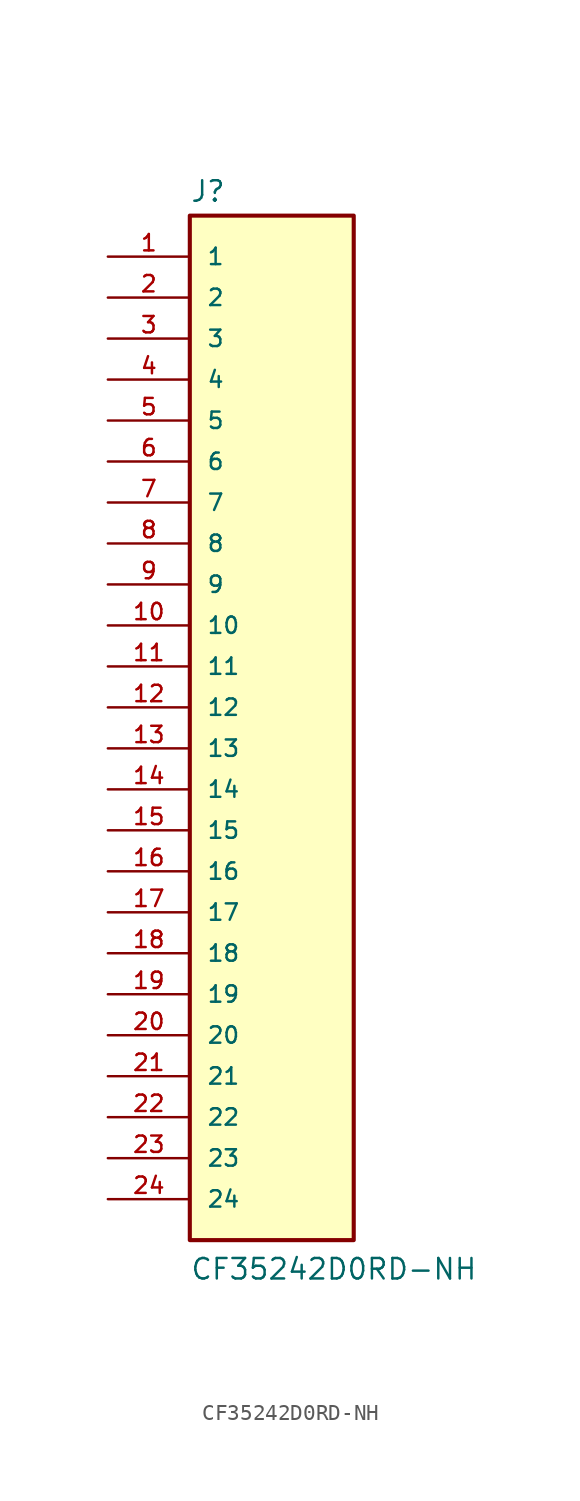
<source format=kicad_sym>
(kicad_symbol_lib
  (version 20211014)
  (generator kicad_symbol_editor)
  (symbol "CF35242D0RD-NH"
    (pin_names
      (offset 1.016))
    (property "Reference" "J"
      (at -5.08 31.242 0)
      (effects (font (size 1.27 1.27)) (justify bottom left)))
    (property "Value" "CF35242D0RD-NH"
      (at -5.08 -35.56 0)
      (effects (font (size 1.27 1.27)) (justify bottom left)))
    (symbol "CF35242D0RD-NH_0_0"
      (rectangle (start -5.08 -33.02) (end 5.08 30.48) (stroke (width 0.254)) (fill (type background)))
      (pin passive line (at -10.16 27.94 0) (length 5.08) (name "1" (effects (font (size 1.016 1.016)))) (number "1" (effects (font (size 1.016 1.016)))))
      (pin passive line (at -10.16 25.4 0) (length 5.08) (name "2" (effects (font (size 1.016 1.016)))) (number "2" (effects (font (size 1.016 1.016)))))
      (pin passive line (at -10.16 22.86 0) (length 5.08) (name "3" (effects (font (size 1.016 1.016)))) (number "3" (effects (font (size 1.016 1.016)))))
      (pin passive line (at -10.16 20.32 0) (length 5.08) (name "4" (effects (font (size 1.016 1.016)))) (number "4" (effects (font (size 1.016 1.016)))))
      (pin passive line (at -10.16 17.78 0) (length 5.08) (name "5" (effects (font (size 1.016 1.016)))) (number "5" (effects (font (size 1.016 1.016)))))
      (pin passive line (at -10.16 15.24 0) (length 5.08) (name "6" (effects (font (size 1.016 1.016)))) (number "6" (effects (font (size 1.016 1.016)))))
      (pin passive line (at -10.16 12.7 0) (length 5.08) (name "7" (effects (font (size 1.016 1.016)))) (number "7" (effects (font (size 1.016 1.016)))))
      (pin passive line (at -10.16 10.16 0) (length 5.08) (name "8" (effects (font (size 1.016 1.016)))) (number "8" (effects (font (size 1.016 1.016)))))
      (pin passive line (at -10.16 7.62 0) (length 5.08) (name "9" (effects (font (size 1.016 1.016)))) (number "9" (effects (font (size 1.016 1.016)))))
      (pin passive line (at -10.16 5.08 0) (length 5.08) (name "10" (effects (font (size 1.016 1.016)))) (number "10" (effects (font (size 1.016 1.016)))))
      (pin passive line (at -10.16 2.54 0) (length 5.08) (name "11" (effects (font (size 1.016 1.016)))) (number "11" (effects (font (size 1.016 1.016)))))
      (pin passive line (at -10.16 0.0 0) (length 5.08) (name "12" (effects (font (size 1.016 1.016)))) (number "12" (effects (font (size 1.016 1.016)))))
      (pin passive line (at -10.16 -2.54 0) (length 5.08) (name "13" (effects (font (size 1.016 1.016)))) (number "13" (effects (font (size 1.016 1.016)))))
      (pin passive line (at -10.16 -5.08 0) (length 5.08) (name "14" (effects (font (size 1.016 1.016)))) (number "14" (effects (font (size 1.016 1.016)))))
      (pin passive line (at -10.16 -7.62 0) (length 5.08) (name "15" (effects (font (size 1.016 1.016)))) (number "15" (effects (font (size 1.016 1.016)))))
      (pin passive line (at -10.16 -10.16 0) (length 5.08) (name "16" (effects (font (size 1.016 1.016)))) (number "16" (effects (font (size 1.016 1.016)))))
      (pin passive line (at -10.16 -12.7 0) (length 5.08) (name "17" (effects (font (size 1.016 1.016)))) (number "17" (effects (font (size 1.016 1.016)))))
      (pin passive line (at -10.16 -15.24 0) (length 5.08) (name "18" (effects (font (size 1.016 1.016)))) (number "18" (effects (font (size 1.016 1.016)))))
      (pin passive line (at -10.16 -17.78 0) (length 5.08) (name "19" (effects (font (size 1.016 1.016)))) (number "19" (effects (font (size 1.016 1.016)))))
      (pin passive line (at -10.16 -20.32 0) (length 5.08) (name "20" (effects (font (size 1.016 1.016)))) (number "20" (effects (font (size 1.016 1.016)))))
      (pin passive line (at -10.16 -22.86 0) (length 5.08) (name "21" (effects (font (size 1.016 1.016)))) (number "21" (effects (font (size 1.016 1.016)))))
      (pin passive line (at -10.16 -25.4 0) (length 5.08) (name "22" (effects (font (size 1.016 1.016)))) (number "22" (effects (font (size 1.016 1.016)))))
      (pin passive line (at -10.16 -27.94 0) (length 5.08) (name "23" (effects (font (size 1.016 1.016)))) (number "23" (effects (font (size 1.016 1.016)))))
      (pin passive line (at -10.16 -30.48 0) (length 5.08) (name "24" (effects (font (size 1.016 1.016)))) (number "24" (effects (font (size 1.016 1.016))))))))
</source>
